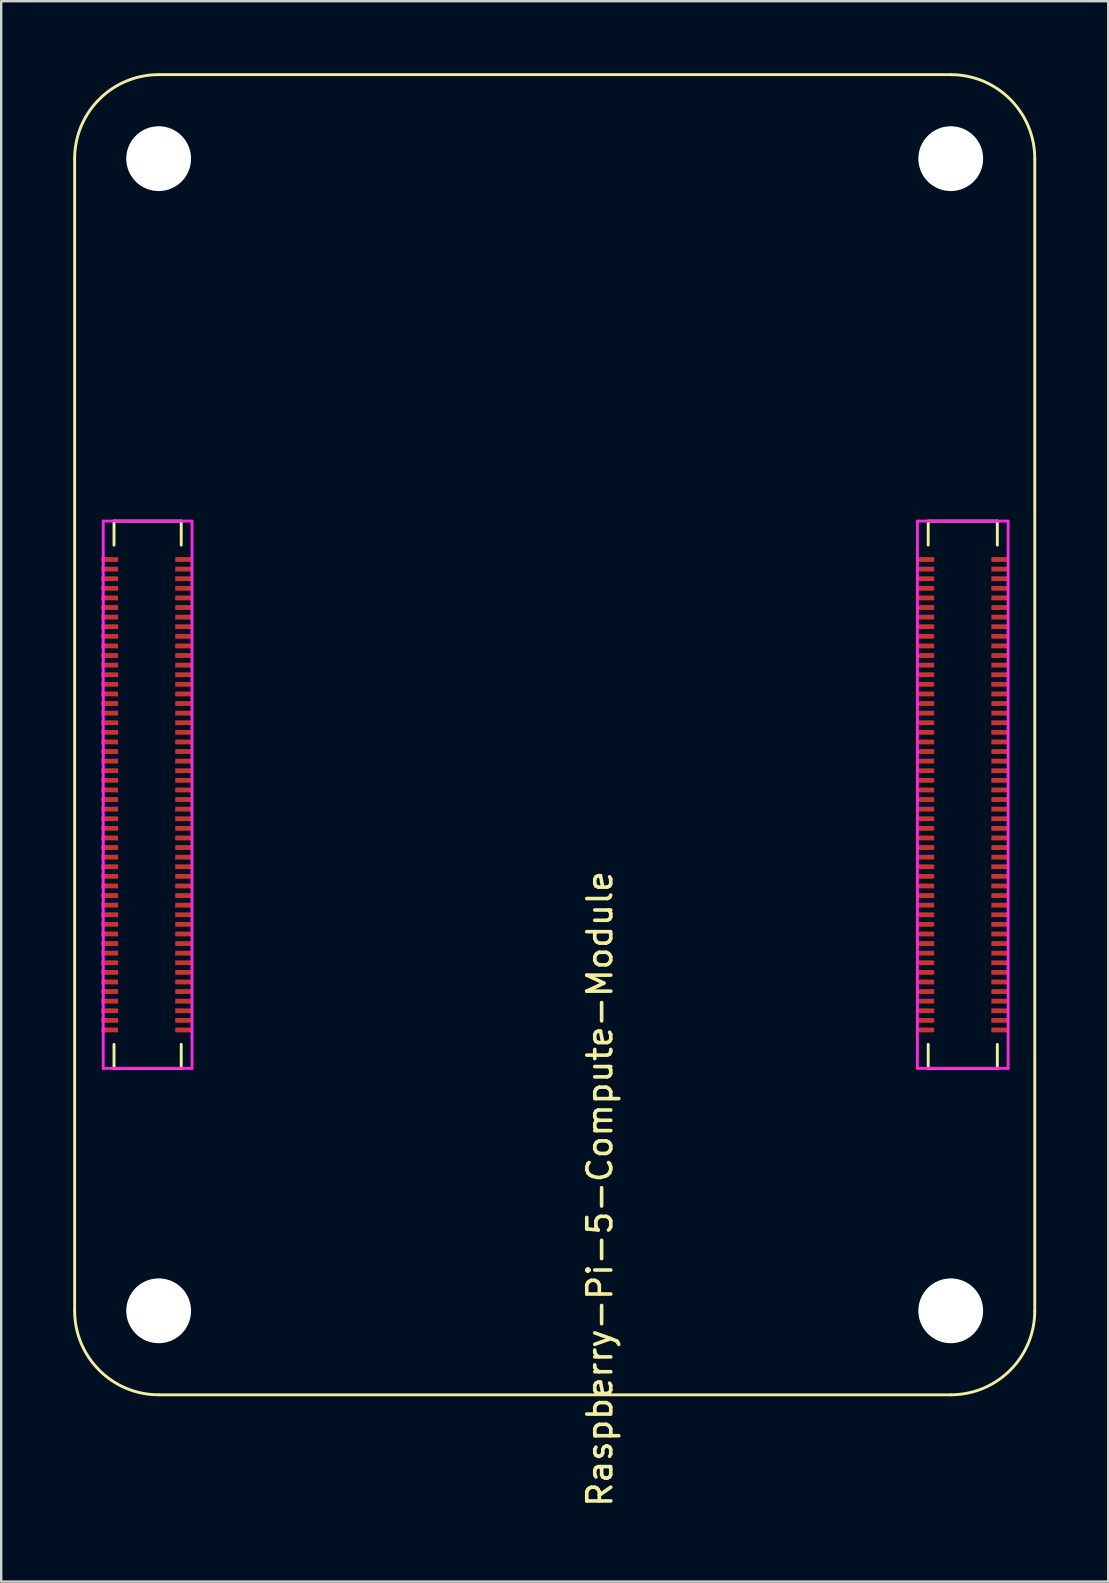
<source format=kicad_pcb>
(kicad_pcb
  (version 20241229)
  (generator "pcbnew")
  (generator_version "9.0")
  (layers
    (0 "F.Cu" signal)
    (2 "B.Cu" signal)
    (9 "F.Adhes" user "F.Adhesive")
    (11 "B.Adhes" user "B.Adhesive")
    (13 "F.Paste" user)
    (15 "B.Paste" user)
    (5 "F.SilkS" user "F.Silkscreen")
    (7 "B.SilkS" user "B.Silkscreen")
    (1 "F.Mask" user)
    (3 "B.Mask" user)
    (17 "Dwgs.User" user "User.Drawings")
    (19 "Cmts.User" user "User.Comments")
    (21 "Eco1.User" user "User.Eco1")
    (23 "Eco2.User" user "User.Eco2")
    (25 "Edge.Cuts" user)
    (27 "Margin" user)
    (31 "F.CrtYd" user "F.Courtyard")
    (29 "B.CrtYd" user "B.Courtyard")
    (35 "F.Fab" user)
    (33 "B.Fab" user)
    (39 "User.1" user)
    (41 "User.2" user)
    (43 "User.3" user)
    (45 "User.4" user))
  (footprint "Raspberry-Pi-5-Compute-Module"
    (layer "F.Cu")
    (at 3.56 51.56)
    (property "Reference" "Raspberry-Pi-5-Compute-Module" (at 18.38 -5.08 90) (layer "F.SilkS") (effects (font (size 1 1) (thickness 0.15))))
    (attr smd)
    (fp_line (start -3.5 -48) (end -3.5 0) (stroke (width 0.12) (type solid)) (layer "F.SilkS"))
    (fp_line (start -1.86 -32.9) (end -1.86 -31.9) (stroke (width 0.12) (type solid)) (layer "F.SilkS"))
    (fp_line (start -1.86 -32.9) (end 0.94 -32.9) (stroke (width 0.12) (type solid)) (layer "F.SilkS"))
    (fp_line (start -1.86 -10.1) (end -1.86 -11.1) (stroke (width 0.12) (type solid)) (layer "F.SilkS"))
    (fp_line (start -1.86 -10.1) (end 0.94 -10.1) (stroke (width 0.12) (type solid)) (layer "F.SilkS"))
    (fp_line (start 0 3.5) (end 33 3.5) (stroke (width 0.12) (type solid)) (layer "F.SilkS"))
    (fp_line (start 0.94 -32.9) (end 0.94 -31.9) (stroke (width 0.12) (type solid)) (layer "F.SilkS"))
    (fp_line (start 0.94 -10.1) (end 0.94 -11.1) (stroke (width 0.12) (type solid)) (layer "F.SilkS"))
    (fp_line (start 32.06 -32.9) (end 32.06 -31.9) (stroke (width 0.12) (type solid)) (layer "F.SilkS"))
    (fp_line (start 32.06 -32.9) (end 34.94 -32.9) (stroke (width 0.12) (type solid)) (layer "F.SilkS"))
    (fp_line (start 32.06 -10.1) (end 32.06 -11.1) (stroke (width 0.12) (type solid)) (layer "F.SilkS"))
    (fp_line (start 32.06 -10.1) (end 34.94 -10.1) (stroke (width 0.12) (type solid)) (layer "F.SilkS"))
    (fp_line (start 33 -51.5) (end 0 -51.5) (stroke (width 0.12) (type solid)) (layer "F.SilkS"))
    (fp_line (start 34.94 -32.9) (end 34.94 -31.9) (stroke (width 0.12) (type solid)) (layer "F.SilkS"))
    (fp_line (start 34.94 -10.1) (end 34.94 -11.1) (stroke (width 0.12) (type solid)) (layer "F.SilkS"))
    (fp_line (start 36.5 0) (end 36.5 -48) (stroke (width 0.12) (type solid)) (layer "F.SilkS"))
    (fp_arc (start -3.5 -48) (mid -2.474874 -50.474874) (end 0 -51.5) (stroke (width 0.12) (type solid)) (layer "F.SilkS"))
    (fp_arc (start 0 3.5) (mid -2.474874 2.474874) (end -3.5 0) (stroke (width 0.12) (type solid)) (layer "F.SilkS"))
    (fp_arc (start 33 -51.5) (mid 35.474874 -50.474874) (end 36.5 -48) (stroke (width 0.12) (type solid)) (layer "F.SilkS"))
    (fp_arc (start 36.5 0) (mid 35.474874 2.474874) (end 33 3.5) (stroke (width 0.12) (type solid)) (layer "F.SilkS"))
    (fp_line (start -2.31 -32.9) (end 1.39 -32.9) (stroke (width 0.12) (type solid)) (layer "F.CrtYd"))
    (fp_line (start -2.31 -10.1) (end -2.31 -32.9) (stroke (width 0.12) (type solid)) (layer "F.CrtYd"))
    (fp_line (start 1.39 -32.9) (end 1.39 -10.1) (stroke (width 0.12) (type solid)) (layer "F.CrtYd"))
    (fp_line (start 1.39 -10.1) (end -2.31 -10.1) (stroke (width 0.12) (type solid)) (layer "F.CrtYd"))
    (fp_line (start 31.61 -32.9) (end 35.39 -32.9) (stroke (width 0.12) (type solid)) (layer "F.CrtYd"))
    (fp_line (start 31.61 -10.1) (end 31.61 -32.9) (stroke (width 0.12) (type solid)) (layer "F.CrtYd"))
    (fp_line (start 35.39 -32.9) (end 35.39 -10.1) (stroke (width 0.12) (type solid)) (layer "F.CrtYd"))
    (fp_line (start 35.39 -10.1) (end 31.61 -10.1) (stroke (width 0.12) (type solid)) (layer "F.CrtYd"))
    (pad "" np_thru_hole circle (at 0 -48) (size 2.7 2.7) (drill 2.7) (layers "*.Cu" "*.Mask"))
    (pad "" np_thru_hole circle (at 0 0) (size 2.7 2.7) (drill 2.7) (layers "*.Cu" "*.Mask"))
    (pad "" np_thru_hole circle (at 33 -48) (size 2.7 2.7) (drill 2.7) (layers "*.Cu" "*.Mask"))
    (pad "" np_thru_hole circle (at 33 0) (size 2.7 2.7) (drill 2.7) (layers "*.Cu" "*.Mask"))
    (pad "1" smd rect (at -2.04 -31.3 270) (size 0.2 0.7) (layers "F.Cu" "F.Mask" "F.Paste"))
    (pad "2" smd rect (at 1.04 -31.3 270) (size 0.2 0.7) (layers "F.Cu" "F.Mask" "F.Paste"))
    (pad "3" smd rect (at -2.04 -30.9 270) (size 0.2 0.7) (layers "F.Cu" "F.Mask" "F.Paste"))
    (pad "4" smd rect (at 1.04 -30.9 270) (size 0.2 0.7) (layers "F.Cu" "F.Mask" "F.Paste"))
    (pad "5" smd rect (at -2.04 -30.5 270) (size 0.2 0.7) (layers "F.Cu" "F.Mask" "F.Paste"))
    (pad "6" smd rect (at 1.04 -30.5 270) (size 0.2 0.7) (layers "F.Cu" "F.Mask" "F.Paste"))
    (pad "7" smd rect (at -2.04 -30.1 270) (size 0.2 0.7) (layers "F.Cu" "F.Mask" "F.Paste"))
    (pad "8" smd rect (at 1.04 -30.1 270) (size 0.2 0.7) (layers "F.Cu" "F.Mask" "F.Paste"))
    (pad "9" smd rect (at -2.04 -29.7 270) (size 0.2 0.7) (layers "F.Cu" "F.Mask" "F.Paste"))
    (pad "10" smd rect (at 1.04 -29.7 270) (size 0.2 0.7) (layers "F.Cu" "F.Mask" "F.Paste"))
    (pad "11" smd rect (at -2.04 -29.3 270) (size 0.2 0.7) (layers "F.Cu" "F.Mask" "F.Paste"))
    (pad "12" smd rect (at 1.04 -29.3 270) (size 0.2 0.7) (layers "F.Cu" "F.Mask" "F.Paste"))
    (pad "13" smd rect (at -2.04 -28.9 270) (size 0.2 0.7) (layers "F.Cu" "F.Mask" "F.Paste"))
    (pad "14" smd rect (at 1.04 -28.9 270) (size 0.2 0.7) (layers "F.Cu" "F.Mask" "F.Paste"))
    (pad "15" smd rect (at -2.04 -28.5 270) (size 0.2 0.7) (layers "F.Cu" "F.Mask" "F.Paste"))
    (pad "16" smd rect (at 1.04 -28.5 270) (size 0.2 0.7) (layers "F.Cu" "F.Mask" "F.Paste"))
    (pad "17" smd rect (at -2.04 -28.1 270) (size 0.2 0.7) (layers "F.Cu" "F.Mask" "F.Paste"))
    (pad "18" smd rect (at 1.04 -28.1 270) (size 0.2 0.7) (layers "F.Cu" "F.Mask" "F.Paste"))
    (pad "19" smd rect (at -2.04 -27.7 270) (size 0.2 0.7) (layers "F.Cu" "F.Mask" "F.Paste"))
    (pad "20" smd rect (at 1.04 -27.7 270) (size 0.2 0.7) (layers "F.Cu" "F.Mask" "F.Paste"))
    (pad "21" smd rect (at -2.04 -27.3 270) (size 0.2 0.7) (layers "F.Cu" "F.Mask" "F.Paste"))
    (pad "22" smd rect (at 1.04 -27.3 270) (size 0.2 0.7) (layers "F.Cu" "F.Mask" "F.Paste"))
    (pad "23" smd rect (at -2.04 -26.9 270) (size 0.2 0.7) (layers "F.Cu" "F.Mask" "F.Paste"))
    (pad "24" smd rect (at 1.04 -26.9 270) (size 0.2 0.7) (layers "F.Cu" "F.Mask" "F.Paste"))
    (pad "25" smd rect (at -2.04 -26.5 270) (size 0.2 0.7) (layers "F.Cu" "F.Mask" "F.Paste"))
    (pad "26" smd rect (at 1.04 -26.5 270) (size 0.2 0.7) (layers "F.Cu" "F.Mask" "F.Paste"))
    (pad "27" smd rect (at -2.04 -26.1 270) (size 0.2 0.7) (layers "F.Cu" "F.Mask" "F.Paste"))
    (pad "28" smd rect (at 1.04 -26.1 270) (size 0.2 0.7) (layers "F.Cu" "F.Mask" "F.Paste"))
    (pad "29" smd rect (at -2.04 -25.7 270) (size 0.2 0.7) (layers "F.Cu" "F.Mask" "F.Paste"))
    (pad "30" smd rect (at 1.04 -25.7 270) (size 0.2 0.7) (layers "F.Cu" "F.Mask" "F.Paste"))
    (pad "31" smd rect (at -2.04 -25.3 270) (size 0.2 0.7) (layers "F.Cu" "F.Mask" "F.Paste"))
    (pad "32" smd rect (at 1.04 -25.3 270) (size 0.2 0.7) (layers "F.Cu" "F.Mask" "F.Paste"))
    (pad "33" smd rect (at -2.04 -24.9 270) (size 0.2 0.7) (layers "F.Cu" "F.Mask" "F.Paste"))
    (pad "34" smd rect (at 1.04 -24.9 270) (size 0.2 0.7) (layers "F.Cu" "F.Mask" "F.Paste"))
    (pad "35" smd rect (at -2.04 -24.5 270) (size 0.2 0.7) (layers "F.Cu" "F.Mask" "F.Paste"))
    (pad "36" smd rect (at 1.04 -24.5 270) (size 0.2 0.7) (layers "F.Cu" "F.Mask" "F.Paste"))
    (pad "37" smd rect (at -2.04 -24.1 270) (size 0.2 0.7) (layers "F.Cu" "F.Mask" "F.Paste"))
    (pad "38" smd rect (at 1.04 -24.1 270) (size 0.2 0.7) (layers "F.Cu" "F.Mask" "F.Paste"))
    (pad "39" smd rect (at -2.04 -23.7 270) (size 0.2 0.7) (layers "F.Cu" "F.Mask" "F.Paste"))
    (pad "40" smd rect (at 1.04 -23.7 270) (size 0.2 0.7) (layers "F.Cu" "F.Mask" "F.Paste"))
    (pad "41" smd rect (at -2.04 -23.3 270) (size 0.2 0.7) (layers "F.Cu" "F.Mask" "F.Paste"))
    (pad "42" smd rect (at 1.04 -23.3 270) (size 0.2 0.7) (layers "F.Cu" "F.Mask" "F.Paste"))
    (pad "43" smd rect (at -2.04 -22.9 270) (size 0.2 0.7) (layers "F.Cu" "F.Mask" "F.Paste"))
    (pad "44" smd rect (at 1.04 -22.9 270) (size 0.2 0.7) (layers "F.Cu" "F.Mask" "F.Paste"))
    (pad "45" smd rect (at -2.04 -22.5 270) (size 0.2 0.7) (layers "F.Cu" "F.Mask" "F.Paste"))
    (pad "46" smd rect (at 1.04 -22.5 270) (size 0.2 0.7) (layers "F.Cu" "F.Mask" "F.Paste"))
    (pad "47" smd rect (at -2.04 -22.1 270) (size 0.2 0.7) (layers "F.Cu" "F.Mask" "F.Paste"))
    (pad "48" smd rect (at 1.04 -22.1 270) (size 0.2 0.7) (layers "F.Cu" "F.Mask" "F.Paste"))
    (pad "49" smd rect (at -2.04 -21.7 270) (size 0.2 0.7) (layers "F.Cu" "F.Mask" "F.Paste"))
    (pad "50" smd rect (at 1.04 -21.7 270) (size 0.2 0.7) (layers "F.Cu" "F.Mask" "F.Paste"))
    (pad "51" smd rect (at -2.04 -21.3 270) (size 0.2 0.7) (layers "F.Cu" "F.Mask" "F.Paste"))
    (pad "52" smd rect (at 1.04 -21.3 270) (size 0.2 0.7) (layers "F.Cu" "F.Mask" "F.Paste"))
    (pad "53" smd rect (at -2.04 -20.9 270) (size 0.2 0.7) (layers "F.Cu" "F.Mask" "F.Paste"))
    (pad "54" smd rect (at 1.04 -20.9 270) (size 0.2 0.7) (layers "F.Cu" "F.Mask" "F.Paste"))
    (pad "55" smd rect (at -2.04 -20.5 270) (size 0.2 0.7) (layers "F.Cu" "F.Mask" "F.Paste"))
    (pad "56" smd rect (at 1.04 -20.5 270) (size 0.2 0.7) (layers "F.Cu" "F.Mask" "F.Paste"))
    (pad "57" smd rect (at -2.04 -20.1 270) (size 0.2 0.7) (layers "F.Cu" "F.Mask" "F.Paste"))
    (pad "58" smd rect (at 1.04 -20.1 270) (size 0.2 0.7) (layers "F.Cu" "F.Mask" "F.Paste"))
    (pad "59" smd rect (at -2.04 -19.7 270) (size 0.2 0.7) (layers "F.Cu" "F.Mask" "F.Paste"))
    (pad "60" smd rect (at 1.04 -19.7 270) (size 0.2 0.7) (layers "F.Cu" "F.Mask" "F.Paste"))
    (pad "61" smd rect (at -2.04 -19.3 270) (size 0.2 0.7) (layers "F.Cu" "F.Mask" "F.Paste"))
    (pad "62" smd rect (at 1.04 -19.3 270) (size 0.2 0.7) (layers "F.Cu" "F.Mask" "F.Paste"))
    (pad "63" smd rect (at -2.04 -18.9 270) (size 0.2 0.7) (layers "F.Cu" "F.Mask" "F.Paste"))
    (pad "64" smd rect (at 1.04 -18.9 270) (size 0.2 0.7) (layers "F.Cu" "F.Mask" "F.Paste"))
    (pad "65" smd rect (at -2.04 -18.5 270) (size 0.2 0.7) (layers "F.Cu" "F.Mask" "F.Paste"))
    (pad "66" smd rect (at 1.04 -18.5 270) (size 0.2 0.7) (layers "F.Cu" "F.Mask" "F.Paste"))
    (pad "67" smd rect (at -2.04 -18.1 270) (size 0.2 0.7) (layers "F.Cu" "F.Mask" "F.Paste"))
    (pad "68" smd rect (at 1.04 -18.1 270) (size 0.2 0.7) (layers "F.Cu" "F.Mask" "F.Paste"))
    (pad "69" smd rect (at -2.04 -17.7 270) (size 0.2 0.7) (layers "F.Cu" "F.Mask" "F.Paste"))
    (pad "70" smd rect (at 1.04 -17.7 270) (size 0.2 0.7) (layers "F.Cu" "F.Mask" "F.Paste"))
    (pad "71" smd rect (at -2.04 -17.3 270) (size 0.2 0.7) (layers "F.Cu" "F.Mask" "F.Paste"))
    (pad "72" smd rect (at 1.04 -17.3 270) (size 0.2 0.7) (layers "F.Cu" "F.Mask" "F.Paste"))
    (pad "73" smd rect (at -2.04 -16.9 270) (size 0.2 0.7) (layers "F.Cu" "F.Mask" "F.Paste"))
    (pad "74" smd rect (at 1.04 -16.9 270) (size 0.2 0.7) (layers "F.Cu" "F.Mask" "F.Paste"))
    (pad "75" smd rect (at -2.04 -16.5 270) (size 0.2 0.7) (layers "F.Cu" "F.Mask" "F.Paste"))
    (pad "76" smd rect (at 1.04 -16.5 270) (size 0.2 0.7) (layers "F.Cu" "F.Mask" "F.Paste"))
    (pad "77" smd rect (at -2.04 -16.1 270) (size 0.2 0.7) (layers "F.Cu" "F.Mask" "F.Paste"))
    (pad "78" smd rect (at 1.04 -16.1 270) (size 0.2 0.7) (layers "F.Cu" "F.Mask" "F.Paste"))
    (pad "79" smd rect (at -2.04 -15.7 270) (size 0.2 0.7) (layers "F.Cu" "F.Mask" "F.Paste"))
    (pad "80" smd rect (at 1.04 -15.7 270) (size 0.2 0.7) (layers "F.Cu" "F.Mask" "F.Paste"))
    (pad "81" smd rect (at -2.04 -15.3 270) (size 0.2 0.7) (layers "F.Cu" "F.Mask" "F.Paste"))
    (pad "82" smd rect (at 1.04 -15.3 270) (size 0.2 0.7) (layers "F.Cu" "F.Mask" "F.Paste"))
    (pad "83" smd rect (at -2.04 -14.9 270) (size 0.2 0.7) (layers "F.Cu" "F.Mask" "F.Paste"))
    (pad "84" smd rect (at 1.04 -14.9 270) (size 0.2 0.7) (layers "F.Cu" "F.Mask" "F.Paste"))
    (pad "85" smd rect (at -2.04 -14.5 270) (size 0.2 0.7) (layers "F.Cu" "F.Mask" "F.Paste"))
    (pad "86" smd rect (at 1.04 -14.5 270) (size 0.2 0.7) (layers "F.Cu" "F.Mask" "F.Paste"))
    (pad "87" smd rect (at -2.04 -14.1 270) (size 0.2 0.7) (layers "F.Cu" "F.Mask" "F.Paste"))
    (pad "88" smd rect (at 1.04 -14.1 270) (size 0.2 0.7) (layers "F.Cu" "F.Mask" "F.Paste"))
    (pad "89" smd rect (at -2.04 -13.7 270) (size 0.2 0.7) (layers "F.Cu" "F.Mask" "F.Paste"))
    (pad "90" smd rect (at 1.04 -13.7 270) (size 0.2 0.7) (layers "F.Cu" "F.Mask" "F.Paste"))
    (pad "91" smd rect (at -2.04 -13.3 270) (size 0.2 0.7) (layers "F.Cu" "F.Mask" "F.Paste"))
    (pad "92" smd rect (at 1.04 -13.3 270) (size 0.2 0.7) (layers "F.Cu" "F.Mask" "F.Paste"))
    (pad "93" smd rect (at -2.04 -12.9 270) (size 0.2 0.7) (layers "F.Cu" "F.Mask" "F.Paste"))
    (pad "94" smd rect (at 1.04 -12.9 270) (size 0.2 0.7) (layers "F.Cu" "F.Mask" "F.Paste"))
    (pad "95" smd rect (at -2.04 -12.5 270) (size 0.2 0.7) (layers "F.Cu" "F.Mask" "F.Paste"))
    (pad "96" smd rect (at 1.04 -12.5 270) (size 0.2 0.7) (layers "F.Cu" "F.Mask" "F.Paste"))
    (pad "97" smd rect (at -2.04 -12.1 270) (size 0.2 0.7) (layers "F.Cu" "F.Mask" "F.Paste"))
    (pad "98" smd rect (at 1.04 -12.1 270) (size 0.2 0.7) (layers "F.Cu" "F.Mask" "F.Paste"))
    (pad "99" smd rect (at -2.04 -11.7 270) (size 0.2 0.7) (layers "F.Cu" "F.Mask" "F.Paste"))
    (pad "100" smd rect (at 1.04 -11.7 270) (size 0.2 0.7) (layers "F.Cu" "F.Mask" "F.Paste"))
    (pad "101" smd rect (at 31.96 -31.3 270) (size 0.2 0.7) (layers "F.Cu" "F.Mask" "F.Paste"))
    (pad "102" smd rect (at 35.04 -31.3 270) (size 0.2 0.7) (layers "F.Cu" "F.Mask" "F.Paste"))
    (pad "103" smd rect (at 31.96 -30.9 270) (size 0.2 0.7) (layers "F.Cu" "F.Mask" "F.Paste"))
    (pad "104" smd rect (at 35.04 -30.9 270) (size 0.2 0.7) (layers "F.Cu" "F.Mask" "F.Paste"))
    (pad "105" smd rect (at 31.96 -30.5 270) (size 0.2 0.7) (layers "F.Cu" "F.Mask" "F.Paste"))
    (pad "106" smd rect (at 35.04 -30.5 270) (size 0.2 0.7) (layers "F.Cu" "F.Mask" "F.Paste"))
    (pad "107" smd rect (at 31.96 -30.1 270) (size 0.2 0.7) (layers "F.Cu" "F.Mask" "F.Paste"))
    (pad "108" smd rect (at 35.04 -30.1 270) (size 0.2 0.7) (layers "F.Cu" "F.Mask" "F.Paste"))
    (pad "109" smd rect (at 31.96 -29.7 270) (size 0.2 0.7) (layers "F.Cu" "F.Mask" "F.Paste"))
    (pad "110" smd rect (at 35.04 -29.7 270) (size 0.2 0.7) (layers "F.Cu" "F.Mask" "F.Paste"))
    (pad "111" smd rect (at 31.96 -29.3 270) (size 0.2 0.7) (layers "F.Cu" "F.Mask" "F.Paste"))
    (pad "112" smd rect (at 35.04 -29.3 270) (size 0.2 0.7) (layers "F.Cu" "F.Mask" "F.Paste"))
    (pad "113" smd rect (at 31.96 -28.9 270) (size 0.2 0.7) (layers "F.Cu" "F.Mask" "F.Paste"))
    (pad "114" smd rect (at 35.04 -28.9 270) (size 0.2 0.7) (layers "F.Cu" "F.Mask" "F.Paste"))
    (pad "115" smd rect (at 31.96 -28.5 270) (size 0.2 0.7) (layers "F.Cu" "F.Mask" "F.Paste"))
    (pad "116" smd rect (at 35.04 -28.5 270) (size 0.2 0.7) (layers "F.Cu" "F.Mask" "F.Paste"))
    (pad "117" smd rect (at 31.96 -28.1 270) (size 0.2 0.7) (layers "F.Cu" "F.Mask" "F.Paste"))
    (pad "118" smd rect (at 35.04 -28.1 270) (size 0.2 0.7) (layers "F.Cu" "F.Mask" "F.Paste"))
    (pad "119" smd rect (at 31.96 -27.7 270) (size 0.2 0.7) (layers "F.Cu" "F.Mask" "F.Paste"))
    (pad "120" smd rect (at 35.04 -27.7 270) (size 0.2 0.7) (layers "F.Cu" "F.Mask" "F.Paste"))
    (pad "121" smd rect (at 31.96 -27.3 270) (size 0.2 0.7) (layers "F.Cu" "F.Mask" "F.Paste"))
    (pad "122" smd rect (at 35.04 -27.3 270) (size 0.2 0.7) (layers "F.Cu" "F.Mask" "F.Paste"))
    (pad "123" smd rect (at 31.96 -26.9 270) (size 0.2 0.7) (layers "F.Cu" "F.Mask" "F.Paste"))
    (pad "124" smd rect (at 35.04 -26.9 270) (size 0.2 0.7) (layers "F.Cu" "F.Mask" "F.Paste"))
    (pad "125" smd rect (at 31.96 -26.5 270) (size 0.2 0.7) (layers "F.Cu" "F.Mask" "F.Paste"))
    (pad "126" smd rect (at 35.04 -26.5 270) (size 0.2 0.7) (layers "F.Cu" "F.Mask" "F.Paste"))
    (pad "127" smd rect (at 31.96 -26.1 270) (size 0.2 0.7) (layers "F.Cu" "F.Mask" "F.Paste"))
    (pad "128" smd rect (at 35.04 -26.1 270) (size 0.2 0.7) (layers "F.Cu" "F.Mask" "F.Paste"))
    (pad "129" smd rect (at 31.96 -25.7 270) (size 0.2 0.7) (layers "F.Cu" "F.Mask" "F.Paste"))
    (pad "130" smd rect (at 35.04 -25.7 270) (size 0.2 0.7) (layers "F.Cu" "F.Mask" "F.Paste"))
    (pad "131" smd rect (at 31.96 -25.3 270) (size 0.2 0.7) (layers "F.Cu" "F.Mask" "F.Paste"))
    (pad "132" smd rect (at 35.04 -25.3 270) (size 0.2 0.7) (layers "F.Cu" "F.Mask" "F.Paste"))
    (pad "133" smd rect (at 31.96 -24.9 270) (size 0.2 0.7) (layers "F.Cu" "F.Mask" "F.Paste"))
    (pad "134" smd rect (at 35.04 -24.9 270) (size 0.2 0.7) (layers "F.Cu" "F.Mask" "F.Paste"))
    (pad "135" smd rect (at 31.96 -24.5 270) (size 0.2 0.7) (layers "F.Cu" "F.Mask" "F.Paste"))
    (pad "136" smd rect (at 35.04 -24.5 270) (size 0.2 0.7) (layers "F.Cu" "F.Mask" "F.Paste"))
    (pad "137" smd rect (at 31.96 -24.1 270) (size 0.2 0.7) (layers "F.Cu" "F.Mask" "F.Paste"))
    (pad "138" smd rect (at 35.04 -24.1 270) (size 0.2 0.7) (layers "F.Cu" "F.Mask" "F.Paste"))
    (pad "139" smd rect (at 31.96 -23.7 270) (size 0.2 0.7) (layers "F.Cu" "F.Mask" "F.Paste"))
    (pad "140" smd rect (at 35.04 -23.7 270) (size 0.2 0.7) (layers "F.Cu" "F.Mask" "F.Paste"))
    (pad "141" smd rect (at 31.96 -23.3 270) (size 0.2 0.7) (layers "F.Cu" "F.Mask" "F.Paste"))
    (pad "142" smd rect (at 35.04 -23.3 270) (size 0.2 0.7) (layers "F.Cu" "F.Mask" "F.Paste"))
    (pad "143" smd rect (at 31.96 -22.9 270) (size 0.2 0.7) (layers "F.Cu" "F.Mask" "F.Paste"))
    (pad "144" smd rect (at 35.04 -22.9 270) (size 0.2 0.7) (layers "F.Cu" "F.Mask" "F.Paste"))
    (pad "145" smd rect (at 31.96 -22.5 270) (size 0.2 0.7) (layers "F.Cu" "F.Mask" "F.Paste"))
    (pad "146" smd rect (at 35.04 -22.5 270) (size 0.2 0.7) (layers "F.Cu" "F.Mask" "F.Paste"))
    (pad "147" smd rect (at 31.96 -22.1 270) (size 0.2 0.7) (layers "F.Cu" "F.Mask" "F.Paste"))
    (pad "148" smd rect (at 35.04 -22.1 270) (size 0.2 0.7) (layers "F.Cu" "F.Mask" "F.Paste"))
    (pad "149" smd rect (at 31.96 -21.7 270) (size 0.2 0.7) (layers "F.Cu" "F.Mask" "F.Paste"))
    (pad "150" smd rect (at 35.04 -21.7 270) (size 0.2 0.7) (layers "F.Cu" "F.Mask" "F.Paste"))
    (pad "151" smd rect (at 31.96 -21.3 270) (size 0.2 0.7) (layers "F.Cu" "F.Mask" "F.Paste"))
    (pad "152" smd rect (at 35.04 -21.3 270) (size 0.2 0.7) (layers "F.Cu" "F.Mask" "F.Paste"))
    (pad "153" smd rect (at 31.96 -20.9 270) (size 0.2 0.7) (layers "F.Cu" "F.Mask" "F.Paste"))
    (pad "154" smd rect (at 35.04 -20.9 270) (size 0.2 0.7) (layers "F.Cu" "F.Mask" "F.Paste"))
    (pad "155" smd rect (at 31.96 -20.5 270) (size 0.2 0.7) (layers "F.Cu" "F.Mask" "F.Paste"))
    (pad "156" smd rect (at 35.04 -20.5 270) (size 0.2 0.7) (layers "F.Cu" "F.Mask" "F.Paste"))
    (pad "157" smd rect (at 31.96 -20.1 270) (size 0.2 0.7) (layers "F.Cu" "F.Mask" "F.Paste"))
    (pad "158" smd rect (at 35.04 -20.1 270) (size 0.2 0.7) (layers "F.Cu" "F.Mask" "F.Paste"))
    (pad "159" smd rect (at 31.96 -19.7 270) (size 0.2 0.7) (layers "F.Cu" "F.Mask" "F.Paste"))
    (pad "160" smd rect (at 35.04 -19.7 270) (size 0.2 0.7) (layers "F.Cu" "F.Mask" "F.Paste"))
    (pad "161" smd rect (at 31.96 -19.3 270) (size 0.2 0.7) (layers "F.Cu" "F.Mask" "F.Paste"))
    (pad "162" smd rect (at 35.04 -19.3 270) (size 0.2 0.7) (layers "F.Cu" "F.Mask" "F.Paste"))
    (pad "163" smd rect (at 31.96 -18.9 270) (size 0.2 0.7) (layers "F.Cu" "F.Mask" "F.Paste"))
    (pad "164" smd rect (at 35.04 -18.9 270) (size 0.2 0.7) (layers "F.Cu" "F.Mask" "F.Paste"))
    (pad "165" smd rect (at 31.96 -18.5 270) (size 0.2 0.7) (layers "F.Cu" "F.Mask" "F.Paste"))
    (pad "166" smd rect (at 35.04 -18.5 270) (size 0.2 0.7) (layers "F.Cu" "F.Mask" "F.Paste"))
    (pad "167" smd rect (at 31.96 -18.1 270) (size 0.2 0.7) (layers "F.Cu" "F.Mask" "F.Paste"))
    (pad "168" smd rect (at 35.04 -18.1 270) (size 0.2 0.7) (layers "F.Cu" "F.Mask" "F.Paste"))
    (pad "169" smd rect (at 31.96 -17.7 270) (size 0.2 0.7) (layers "F.Cu" "F.Mask" "F.Paste"))
    (pad "170" smd rect (at 35.04 -17.7 270) (size 0.2 0.7) (layers "F.Cu" "F.Mask" "F.Paste"))
    (pad "171" smd rect (at 31.96 -17.3 270) (size 0.2 0.7) (layers "F.Cu" "F.Mask" "F.Paste"))
    (pad "172" smd rect (at 35.04 -17.3 270) (size 0.2 0.7) (layers "F.Cu" "F.Mask" "F.Paste"))
    (pad "173" smd rect (at 31.96 -16.9 270) (size 0.2 0.7) (layers "F.Cu" "F.Mask" "F.Paste"))
    (pad "174" smd rect (at 35.04 -16.9 270) (size 0.2 0.7) (layers "F.Cu" "F.Mask" "F.Paste"))
    (pad "175" smd rect (at 31.96 -16.5 270) (size 0.2 0.7) (layers "F.Cu" "F.Mask" "F.Paste"))
    (pad "176" smd rect (at 35.04 -16.5 270) (size 0.2 0.7) (layers "F.Cu" "F.Mask" "F.Paste"))
    (pad "177" smd rect (at 31.96 -16.1 270) (size 0.2 0.7) (layers "F.Cu" "F.Mask" "F.Paste"))
    (pad "178" smd rect (at 35.04 -16.1 270) (size 0.2 0.7) (layers "F.Cu" "F.Mask" "F.Paste"))
    (pad "179" smd rect (at 31.96 -15.7 270) (size 0.2 0.7) (layers "F.Cu" "F.Mask" "F.Paste"))
    (pad "180" smd rect (at 35.04 -15.7 270) (size 0.2 0.7) (layers "F.Cu" "F.Mask" "F.Paste"))
    (pad "181" smd rect (at 31.96 -15.3 270) (size 0.2 0.7) (layers "F.Cu" "F.Mask" "F.Paste"))
    (pad "182" smd rect (at 35.04 -15.3 270) (size 0.2 0.7) (layers "F.Cu" "F.Mask" "F.Paste"))
    (pad "183" smd rect (at 31.96 -14.9 270) (size 0.2 0.7) (layers "F.Cu" "F.Mask" "F.Paste"))
    (pad "184" smd rect (at 35.04 -14.9 270) (size 0.2 0.7) (layers "F.Cu" "F.Mask" "F.Paste"))
    (pad "185" smd rect (at 31.96 -14.5 270) (size 0.2 0.7) (layers "F.Cu" "F.Mask" "F.Paste"))
    (pad "186" smd rect (at 35.04 -14.5 270) (size 0.2 0.7) (layers "F.Cu" "F.Mask" "F.Paste"))
    (pad "187" smd rect (at 31.96 -14.1 270) (size 0.2 0.7) (layers "F.Cu" "F.Mask" "F.Paste"))
    (pad "188" smd rect (at 35.04 -14.1 270) (size 0.2 0.7) (layers "F.Cu" "F.Mask" "F.Paste"))
    (pad "189" smd rect (at 31.96 -13.7 270) (size 0.2 0.7) (layers "F.Cu" "F.Mask" "F.Paste"))
    (pad "190" smd rect (at 35.04 -13.7 270) (size 0.2 0.7) (layers "F.Cu" "F.Mask" "F.Paste"))
    (pad "191" smd rect (at 31.96 -13.3 270) (size 0.2 0.7) (layers "F.Cu" "F.Mask" "F.Paste"))
    (pad "192" smd rect (at 35.04 -13.3 270) (size 0.2 0.7) (layers "F.Cu" "F.Mask" "F.Paste"))
    (pad "193" smd rect (at 31.96 -12.9 270) (size 0.2 0.7) (layers "F.Cu" "F.Mask" "F.Paste"))
    (pad "194" smd rect (at 35.04 -12.9 270) (size 0.2 0.7) (layers "F.Cu" "F.Mask" "F.Paste"))
    (pad "195" smd rect (at 31.96 -12.5 270) (size 0.2 0.7) (layers "F.Cu" "F.Mask" "F.Paste"))
    (pad "196" smd rect (at 35.04 -12.5 270) (size 0.2 0.7) (layers "F.Cu" "F.Mask" "F.Paste"))
    (pad "197" smd rect (at 31.96 -12.1 270) (size 0.2 0.7) (layers "F.Cu" "F.Mask" "F.Paste"))
    (pad "198" smd rect (at 35.04 -12.1 270) (size 0.2 0.7) (layers "F.Cu" "F.Mask" "F.Paste"))
    (pad "199" smd rect (at 31.96 -11.7 270) (size 0.2 0.7) (layers "F.Cu" "F.Mask" "F.Paste"))
    (pad "200" smd rect (at 35.04 -11.7 270) (size 0.2 0.7) (layers "F.Cu" "F.Mask" "F.Paste")))
  (gr_rect
    (start -3 -3)
    (end 43.12 62.843)
    (stroke (width 0.1) (type default))
    (fill no)
    (layer "Edge.Cuts")))
</source>
